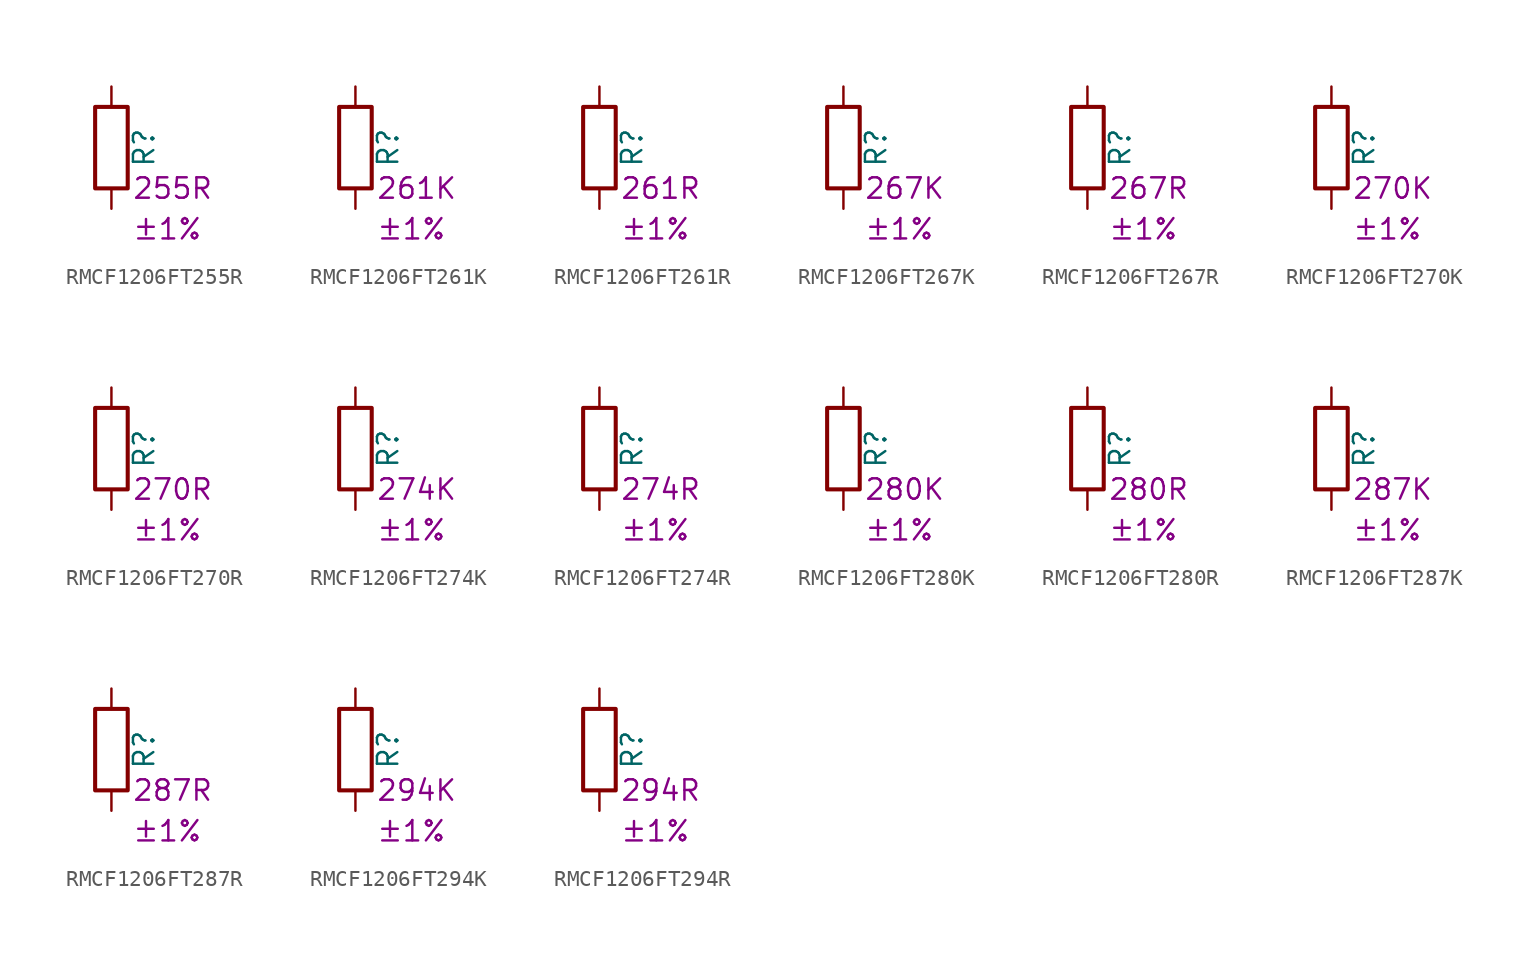
<source format=kicad_sym>
(kicad_symbol_lib
  (version 20220914)
  (generator kicad_symbol_editor)
  (symbol "RMCF1206FT255R"
    (pin_numbers hide)
    (pin_names
      (offset 0))
    (property "Reference" "R"
      (at 2.032 0 90)
      (effects (font (size 1.27 1.27))))
    (property "Resistance" "255R"
      (at 1.27 -2.54 0)
      (effects (font (size 1.27 1.27)) (justify left)))
    (property "Tolerance" "±1%"
      (at 1.27 -5.08 0)
      (effects (font (size 1.27 1.27)) (justify left)))
    (symbol "RMCF1206FT255R_0_1"
      (rectangle (start -1.016 -2.54) (end 1.016 2.54) (stroke (width 0.254) (type default)) (fill (type none))))
    (symbol "RMCF1206FT255R_1_1"
      (pin passive line (at 0 3.81 270) (length 1.27) (name "~" (effects (font (size 1.27 1.27)))) (number "1" (effects (font (size 1.27 1.27)))))
      (pin passive line (at 0 -3.81 90) (length 1.27) (name "~" (effects (font (size 1.27 1.27)))) (number "2" (effects (font (size 1.27 1.27)))))))
  (symbol "RMCF1206FT261K"
    (pin_numbers hide)
    (pin_names
      (offset 0))
    (property "Reference" "R"
      (at 2.032 0 90)
      (effects (font (size 1.27 1.27))))
    (property "Resistance" "261K"
      (at 1.27 -2.54 0)
      (effects (font (size 1.27 1.27)) (justify left)))
    (property "Tolerance" "±1%"
      (at 1.27 -5.08 0)
      (effects (font (size 1.27 1.27)) (justify left)))
    (symbol "RMCF1206FT261K_0_1"
      (rectangle (start -1.016 -2.54) (end 1.016 2.54) (stroke (width 0.254) (type default)) (fill (type none))))
    (symbol "RMCF1206FT261K_1_1"
      (pin passive line (at 0 3.81 270) (length 1.27) (name "~" (effects (font (size 1.27 1.27)))) (number "1" (effects (font (size 1.27 1.27)))))
      (pin passive line (at 0 -3.81 90) (length 1.27) (name "~" (effects (font (size 1.27 1.27)))) (number "2" (effects (font (size 1.27 1.27)))))))
  (symbol "RMCF1206FT261R"
    (pin_numbers hide)
    (pin_names
      (offset 0))
    (property "Reference" "R"
      (at 2.032 0 90)
      (effects (font (size 1.27 1.27))))
    (property "Resistance" "261R"
      (at 1.27 -2.54 0)
      (effects (font (size 1.27 1.27)) (justify left)))
    (property "Tolerance" "±1%"
      (at 1.27 -5.08 0)
      (effects (font (size 1.27 1.27)) (justify left)))
    (symbol "RMCF1206FT261R_0_1"
      (rectangle (start -1.016 -2.54) (end 1.016 2.54) (stroke (width 0.254) (type default)) (fill (type none))))
    (symbol "RMCF1206FT261R_1_1"
      (pin passive line (at 0 3.81 270) (length 1.27) (name "~" (effects (font (size 1.27 1.27)))) (number "1" (effects (font (size 1.27 1.27)))))
      (pin passive line (at 0 -3.81 90) (length 1.27) (name "~" (effects (font (size 1.27 1.27)))) (number "2" (effects (font (size 1.27 1.27)))))))
  (symbol "RMCF1206FT267K"
    (pin_numbers hide)
    (pin_names
      (offset 0))
    (property "Reference" "R"
      (at 2.032 0 90)
      (effects (font (size 1.27 1.27))))
    (property "Resistance" "267K"
      (at 1.27 -2.54 0)
      (effects (font (size 1.27 1.27)) (justify left)))
    (property "Tolerance" "±1%"
      (at 1.27 -5.08 0)
      (effects (font (size 1.27 1.27)) (justify left)))
    (symbol "RMCF1206FT267K_0_1"
      (rectangle (start -1.016 -2.54) (end 1.016 2.54) (stroke (width 0.254) (type default)) (fill (type none))))
    (symbol "RMCF1206FT267K_1_1"
      (pin passive line (at 0 3.81 270) (length 1.27) (name "~" (effects (font (size 1.27 1.27)))) (number "1" (effects (font (size 1.27 1.27)))))
      (pin passive line (at 0 -3.81 90) (length 1.27) (name "~" (effects (font (size 1.27 1.27)))) (number "2" (effects (font (size 1.27 1.27)))))))
  (symbol "RMCF1206FT267R"
    (pin_numbers hide)
    (pin_names
      (offset 0))
    (property "Reference" "R"
      (at 2.032 0 90)
      (effects (font (size 1.27 1.27))))
    (property "Resistance" "267R"
      (at 1.27 -2.54 0)
      (effects (font (size 1.27 1.27)) (justify left)))
    (property "Tolerance" "±1%"
      (at 1.27 -5.08 0)
      (effects (font (size 1.27 1.27)) (justify left)))
    (symbol "RMCF1206FT267R_0_1"
      (rectangle (start -1.016 -2.54) (end 1.016 2.54) (stroke (width 0.254) (type default)) (fill (type none))))
    (symbol "RMCF1206FT267R_1_1"
      (pin passive line (at 0 3.81 270) (length 1.27) (name "~" (effects (font (size 1.27 1.27)))) (number "1" (effects (font (size 1.27 1.27)))))
      (pin passive line (at 0 -3.81 90) (length 1.27) (name "~" (effects (font (size 1.27 1.27)))) (number "2" (effects (font (size 1.27 1.27)))))))
  (symbol "RMCF1206FT270K"
    (pin_numbers hide)
    (pin_names
      (offset 0))
    (property "Reference" "R"
      (at 2.032 0 90)
      (effects (font (size 1.27 1.27))))
    (property "Resistance" "270K"
      (at 1.27 -2.54 0)
      (effects (font (size 1.27 1.27)) (justify left)))
    (property "Tolerance" "±1%"
      (at 1.27 -5.08 0)
      (effects (font (size 1.27 1.27)) (justify left)))
    (symbol "RMCF1206FT270K_0_1"
      (rectangle (start -1.016 -2.54) (end 1.016 2.54) (stroke (width 0.254) (type default)) (fill (type none))))
    (symbol "RMCF1206FT270K_1_1"
      (pin passive line (at 0 3.81 270) (length 1.27) (name "~" (effects (font (size 1.27 1.27)))) (number "1" (effects (font (size 1.27 1.27)))))
      (pin passive line (at 0 -3.81 90) (length 1.27) (name "~" (effects (font (size 1.27 1.27)))) (number "2" (effects (font (size 1.27 1.27)))))))
  (symbol "RMCF1206FT270R"
    (pin_numbers hide)
    (pin_names
      (offset 0))
    (property "Reference" "R"
      (at 2.032 0 90)
      (effects (font (size 1.27 1.27))))
    (property "Resistance" "270R"
      (at 1.27 -2.54 0)
      (effects (font (size 1.27 1.27)) (justify left)))
    (property "Tolerance" "±1%"
      (at 1.27 -5.08 0)
      (effects (font (size 1.27 1.27)) (justify left)))
    (symbol "RMCF1206FT270R_0_1"
      (rectangle (start -1.016 -2.54) (end 1.016 2.54) (stroke (width 0.254) (type default)) (fill (type none))))
    (symbol "RMCF1206FT270R_1_1"
      (pin passive line (at 0 3.81 270) (length 1.27) (name "~" (effects (font (size 1.27 1.27)))) (number "1" (effects (font (size 1.27 1.27)))))
      (pin passive line (at 0 -3.81 90) (length 1.27) (name "~" (effects (font (size 1.27 1.27)))) (number "2" (effects (font (size 1.27 1.27)))))))
  (symbol "RMCF1206FT274K"
    (pin_numbers hide)
    (pin_names
      (offset 0))
    (property "Reference" "R"
      (at 2.032 0 90)
      (effects (font (size 1.27 1.27))))
    (property "Resistance" "274K"
      (at 1.27 -2.54 0)
      (effects (font (size 1.27 1.27)) (justify left)))
    (property "Tolerance" "±1%"
      (at 1.27 -5.08 0)
      (effects (font (size 1.27 1.27)) (justify left)))
    (symbol "RMCF1206FT274K_0_1"
      (rectangle (start -1.016 -2.54) (end 1.016 2.54) (stroke (width 0.254) (type default)) (fill (type none))))
    (symbol "RMCF1206FT274K_1_1"
      (pin passive line (at 0 3.81 270) (length 1.27) (name "~" (effects (font (size 1.27 1.27)))) (number "1" (effects (font (size 1.27 1.27)))))
      (pin passive line (at 0 -3.81 90) (length 1.27) (name "~" (effects (font (size 1.27 1.27)))) (number "2" (effects (font (size 1.27 1.27)))))))
  (symbol "RMCF1206FT274R"
    (pin_numbers hide)
    (pin_names
      (offset 0))
    (property "Reference" "R"
      (at 2.032 0 90)
      (effects (font (size 1.27 1.27))))
    (property "Resistance" "274R"
      (at 1.27 -2.54 0)
      (effects (font (size 1.27 1.27)) (justify left)))
    (property "Tolerance" "±1%"
      (at 1.27 -5.08 0)
      (effects (font (size 1.27 1.27)) (justify left)))
    (symbol "RMCF1206FT274R_0_1"
      (rectangle (start -1.016 -2.54) (end 1.016 2.54) (stroke (width 0.254) (type default)) (fill (type none))))
    (symbol "RMCF1206FT274R_1_1"
      (pin passive line (at 0 3.81 270) (length 1.27) (name "~" (effects (font (size 1.27 1.27)))) (number "1" (effects (font (size 1.27 1.27)))))
      (pin passive line (at 0 -3.81 90) (length 1.27) (name "~" (effects (font (size 1.27 1.27)))) (number "2" (effects (font (size 1.27 1.27)))))))
  (symbol "RMCF1206FT280K"
    (pin_numbers hide)
    (pin_names
      (offset 0))
    (property "Reference" "R"
      (at 2.032 0 90)
      (effects (font (size 1.27 1.27))))
    (property "Resistance" "280K"
      (at 1.27 -2.54 0)
      (effects (font (size 1.27 1.27)) (justify left)))
    (property "Tolerance" "±1%"
      (at 1.27 -5.08 0)
      (effects (font (size 1.27 1.27)) (justify left)))
    (symbol "RMCF1206FT280K_0_1"
      (rectangle (start -1.016 -2.54) (end 1.016 2.54) (stroke (width 0.254) (type default)) (fill (type none))))
    (symbol "RMCF1206FT280K_1_1"
      (pin passive line (at 0 3.81 270) (length 1.27) (name "~" (effects (font (size 1.27 1.27)))) (number "1" (effects (font (size 1.27 1.27)))))
      (pin passive line (at 0 -3.81 90) (length 1.27) (name "~" (effects (font (size 1.27 1.27)))) (number "2" (effects (font (size 1.27 1.27)))))))
  (symbol "RMCF1206FT280R"
    (pin_numbers hide)
    (pin_names
      (offset 0))
    (property "Reference" "R"
      (at 2.032 0 90)
      (effects (font (size 1.27 1.27))))
    (property "Resistance" "280R"
      (at 1.27 -2.54 0)
      (effects (font (size 1.27 1.27)) (justify left)))
    (property "Tolerance" "±1%"
      (at 1.27 -5.08 0)
      (effects (font (size 1.27 1.27)) (justify left)))
    (symbol "RMCF1206FT280R_0_1"
      (rectangle (start -1.016 -2.54) (end 1.016 2.54) (stroke (width 0.254) (type default)) (fill (type none))))
    (symbol "RMCF1206FT280R_1_1"
      (pin passive line (at 0 3.81 270) (length 1.27) (name "~" (effects (font (size 1.27 1.27)))) (number "1" (effects (font (size 1.27 1.27)))))
      (pin passive line (at 0 -3.81 90) (length 1.27) (name "~" (effects (font (size 1.27 1.27)))) (number "2" (effects (font (size 1.27 1.27)))))))
  (symbol "RMCF1206FT287K"
    (pin_numbers hide)
    (pin_names
      (offset 0))
    (property "Reference" "R"
      (at 2.032 0 90)
      (effects (font (size 1.27 1.27))))
    (property "Resistance" "287K"
      (at 1.27 -2.54 0)
      (effects (font (size 1.27 1.27)) (justify left)))
    (property "Tolerance" "±1%"
      (at 1.27 -5.08 0)
      (effects (font (size 1.27 1.27)) (justify left)))
    (symbol "RMCF1206FT287K_0_1"
      (rectangle (start -1.016 -2.54) (end 1.016 2.54) (stroke (width 0.254) (type default)) (fill (type none))))
    (symbol "RMCF1206FT287K_1_1"
      (pin passive line (at 0 3.81 270) (length 1.27) (name "~" (effects (font (size 1.27 1.27)))) (number "1" (effects (font (size 1.27 1.27)))))
      (pin passive line (at 0 -3.81 90) (length 1.27) (name "~" (effects (font (size 1.27 1.27)))) (number "2" (effects (font (size 1.27 1.27)))))))
  (symbol "RMCF1206FT287R"
    (pin_numbers hide)
    (pin_names
      (offset 0))
    (property "Reference" "R"
      (at 2.032 0 90)
      (effects (font (size 1.27 1.27))))
    (property "Resistance" "287R"
      (at 1.27 -2.54 0)
      (effects (font (size 1.27 1.27)) (justify left)))
    (property "Tolerance" "±1%"
      (at 1.27 -5.08 0)
      (effects (font (size 1.27 1.27)) (justify left)))
    (symbol "RMCF1206FT287R_0_1"
      (rectangle (start -1.016 -2.54) (end 1.016 2.54) (stroke (width 0.254) (type default)) (fill (type none))))
    (symbol "RMCF1206FT287R_1_1"
      (pin passive line (at 0 3.81 270) (length 1.27) (name "~" (effects (font (size 1.27 1.27)))) (number "1" (effects (font (size 1.27 1.27)))))
      (pin passive line (at 0 -3.81 90) (length 1.27) (name "~" (effects (font (size 1.27 1.27)))) (number "2" (effects (font (size 1.27 1.27)))))))
  (symbol "RMCF1206FT294K"
    (pin_numbers hide)
    (pin_names
      (offset 0))
    (property "Reference" "R"
      (at 2.032 0 90)
      (effects (font (size 1.27 1.27))))
    (property "Resistance" "294K"
      (at 1.27 -2.54 0)
      (effects (font (size 1.27 1.27)) (justify left)))
    (property "Tolerance" "±1%"
      (at 1.27 -5.08 0)
      (effects (font (size 1.27 1.27)) (justify left)))
    (symbol "RMCF1206FT294K_0_1"
      (rectangle (start -1.016 -2.54) (end 1.016 2.54) (stroke (width 0.254) (type default)) (fill (type none))))
    (symbol "RMCF1206FT294K_1_1"
      (pin passive line (at 0 3.81 270) (length 1.27) (name "~" (effects (font (size 1.27 1.27)))) (number "1" (effects (font (size 1.27 1.27)))))
      (pin passive line (at 0 -3.81 90) (length 1.27) (name "~" (effects (font (size 1.27 1.27)))) (number "2" (effects (font (size 1.27 1.27)))))))
  (symbol "RMCF1206FT294R"
    (pin_numbers hide)
    (pin_names
      (offset 0))
    (property "Reference" "R"
      (at 2.032 0 90)
      (effects (font (size 1.27 1.27))))
    (property "Resistance" "294R"
      (at 1.27 -2.54 0)
      (effects (font (size 1.27 1.27)) (justify left)))
    (property "Tolerance" "±1%"
      (at 1.27 -5.08 0)
      (effects (font (size 1.27 1.27)) (justify left)))
    (symbol "RMCF1206FT294R_0_1"
      (rectangle (start -1.016 -2.54) (end 1.016 2.54) (stroke (width 0.254) (type default)) (fill (type none))))
    (symbol "RMCF1206FT294R_1_1"
      (pin passive line (at 0 3.81 270) (length 1.27) (name "~" (effects (font (size 1.27 1.27)))) (number "1" (effects (font (size 1.27 1.27)))))
      (pin passive line (at 0 -3.81 90) (length 1.27) (name "~" (effects (font (size 1.27 1.27)))) (number "2" (effects (font (size 1.27 1.27))))))))
</source>
